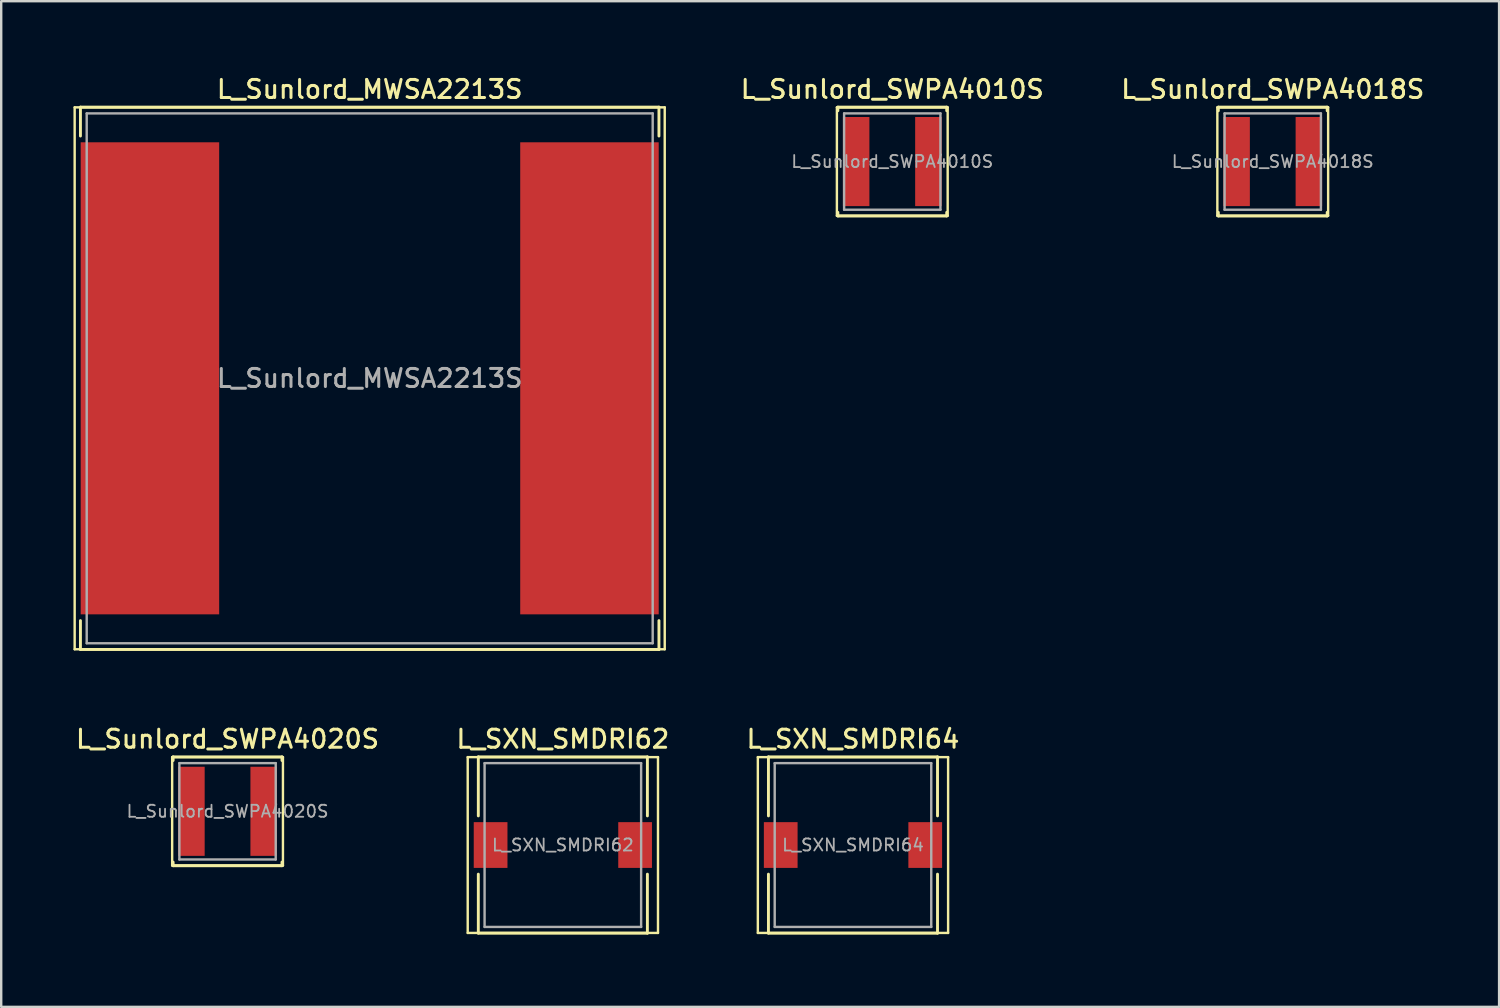
<source format=kicad_pcb>
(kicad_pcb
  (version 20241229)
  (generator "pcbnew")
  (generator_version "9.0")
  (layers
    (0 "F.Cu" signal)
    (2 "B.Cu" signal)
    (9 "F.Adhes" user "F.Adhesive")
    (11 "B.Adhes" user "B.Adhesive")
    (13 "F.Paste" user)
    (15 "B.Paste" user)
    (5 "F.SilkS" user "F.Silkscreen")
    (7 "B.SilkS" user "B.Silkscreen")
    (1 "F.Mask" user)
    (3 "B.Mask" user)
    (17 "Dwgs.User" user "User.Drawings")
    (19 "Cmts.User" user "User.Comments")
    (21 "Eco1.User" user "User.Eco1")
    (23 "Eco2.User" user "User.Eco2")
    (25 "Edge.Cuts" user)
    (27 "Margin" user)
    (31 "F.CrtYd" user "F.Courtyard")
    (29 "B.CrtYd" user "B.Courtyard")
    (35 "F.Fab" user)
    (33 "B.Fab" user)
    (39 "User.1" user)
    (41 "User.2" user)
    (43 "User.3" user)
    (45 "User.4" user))
  (footprint "L_Sunlord_MWSA2213S"
    (layer "F.Cu")
    (at 12.3 12.658)
    (property "Reference" "L_Sunlord_MWSA2213S" (at 0 -12 0) (layer "F.SilkS") (effects (font (size 0.75 0.75) (thickness 0.125))))
    (attr smd)
    (fp_line (start -12.25 -11.25) (end -12.25 11.25) (stroke (width 0.1) (type solid)) (layer "F.SilkS"))
    (fp_line (start -12.25 11.25) (end 12.25 11.25) (stroke (width 0.1) (type solid)) (layer "F.SilkS"))
    (fp_line (start -12.01 -11.26) (end -12.01 -10.06) (stroke (width 0.12) (type solid)) (layer "F.SilkS"))
    (fp_line (start -12.01 -11.26) (end 12.01 -11.26) (stroke (width 0.12) (type solid)) (layer "F.SilkS"))
    (fp_line (start -12.01 11.26) (end -12.01 10.06) (stroke (width 0.12) (type solid)) (layer "F.SilkS"))
    (fp_line (start -12.01 11.26) (end 12.01 11.26) (stroke (width 0.12) (type solid)) (layer "F.SilkS"))
    (fp_line (start 12.01 -11.26) (end 12.01 -10.06) (stroke (width 0.12) (type solid)) (layer "F.SilkS"))
    (fp_line (start 12.01 11.26) (end 12.01 10.06) (stroke (width 0.12) (type solid)) (layer "F.SilkS"))
    (fp_line (start 12.25 -11.25) (end -12.25 -11.25) (stroke (width 0.1) (type solid)) (layer "F.SilkS"))
    (fp_line (start 12.25 11.25) (end 12.25 -11.25) (stroke (width 0.1) (type solid)) (layer "F.SilkS"))
    (fp_line (start -11.75 -11) (end -11.75 11) (stroke (width 0.1) (type solid)) (layer "F.Fab"))
    (fp_line (start -11.75 11) (end 11.75 11) (stroke (width 0.1) (type solid)) (layer "F.Fab"))
    (fp_line (start 11.75 -11) (end -11.75 -11) (stroke (width 0.1) (type solid)) (layer "F.Fab"))
    (fp_line (start 11.75 11) (end 11.75 -11) (stroke (width 0.1) (type solid)) (layer "F.Fab"))
    (fp_text user "${REFERENCE}" (at 0 0 0) (layer "F.Fab") (effects (font (size 0.75 0.75) (thickness 0.125))))
    (pad "1" smd rect (at -9.125 0) (size 5.75 19.6) (layers "F.Cu" "F.Mask" "F.Paste"))
    (pad "2" smd rect (at 9.125 0) (size 5.75 19.6) (layers "F.Cu" "F.Mask" "F.Paste")))
  (footprint "L_SXN_SMDRI64"
    (layer "F.Cu")
    (at 32.366 32.036)
    (property "Reference" "L_SXN_SMDRI64" (at 0 -4.4 0) (layer "F.SilkS") (effects (font (size 0.75 0.75) (thickness 0.125))))
    (attr smd)
    (fp_line (start -3.95 -3.65) (end -3.95 3.65) (stroke (width 0.1) (type solid)) (layer "F.SilkS"))
    (fp_line (start -3.95 3.65) (end 3.95 3.65) (stroke (width 0.1) (type solid)) (layer "F.SilkS"))
    (fp_line (start -3.51 -3.66) (end -3.51 -1.21) (stroke (width 0.12) (type solid)) (layer "F.SilkS"))
    (fp_line (start -3.51 -3.66) (end 3.51 -3.66) (stroke (width 0.12) (type solid)) (layer "F.SilkS"))
    (fp_line (start -3.51 3.66) (end -3.51 1.21) (stroke (width 0.12) (type solid)) (layer "F.SilkS"))
    (fp_line (start -3.51 3.66) (end 3.51 3.66) (stroke (width 0.12) (type solid)) (layer "F.SilkS"))
    (fp_line (start 3.51 -3.66) (end 3.51 -1.21) (stroke (width 0.12) (type solid)) (layer "F.SilkS"))
    (fp_line (start 3.51 3.66) (end 3.51 1.21) (stroke (width 0.12) (type solid)) (layer "F.SilkS"))
    (fp_line (start 3.95 -3.65) (end -3.95 -3.65) (stroke (width 0.1) (type solid)) (layer "F.SilkS"))
    (fp_line (start 3.95 3.65) (end 3.95 -3.65) (stroke (width 0.1) (type solid)) (layer "F.SilkS"))
    (fp_line (start -3.25 -3.4) (end -3.25 3.4) (stroke (width 0.1) (type solid)) (layer "F.Fab"))
    (fp_line (start -3.25 3.4) (end 3.25 3.4) (stroke (width 0.1) (type solid)) (layer "F.Fab"))
    (fp_line (start 3.25 -3.4) (end -3.25 -3.4) (stroke (width 0.1) (type solid)) (layer "F.Fab"))
    (fp_line (start 3.25 3.4) (end 3.25 -3.4) (stroke (width 0.1) (type solid)) (layer "F.Fab"))
    (fp_text user "${REFERENCE}" (at 0 0 0) (layer "F.Fab") (effects (font (size 0.5 0.5) (thickness 0.075))))
    (pad "1" smd rect (at -3 0) (size 1.4 1.9) (layers "F.Cu" "F.Mask" "F.Paste"))
    (pad "2" smd rect (at 3 0) (size 1.4 1.9) (layers "F.Cu" "F.Mask" "F.Paste")))
  (footprint "L_SXN_SMDRI62"
    (layer "F.Cu")
    (at 20.32 32.036)
    (property "Reference" "L_SXN_SMDRI62" (at 0 -4.4 0) (layer "F.SilkS") (effects (font (size 0.75 0.75) (thickness 0.125))))
    (attr smd)
    (fp_line (start -3.95 -3.65) (end -3.95 3.65) (stroke (width 0.1) (type solid)) (layer "F.SilkS"))
    (fp_line (start -3.95 3.65) (end 3.95 3.65) (stroke (width 0.1) (type solid)) (layer "F.SilkS"))
    (fp_line (start -3.51 -3.66) (end -3.51 -1.21) (stroke (width 0.12) (type solid)) (layer "F.SilkS"))
    (fp_line (start -3.51 -3.66) (end 3.51 -3.66) (stroke (width 0.12) (type solid)) (layer "F.SilkS"))
    (fp_line (start -3.51 3.66) (end -3.51 1.21) (stroke (width 0.12) (type solid)) (layer "F.SilkS"))
    (fp_line (start -3.51 3.66) (end 3.51 3.66) (stroke (width 0.12) (type solid)) (layer "F.SilkS"))
    (fp_line (start 3.51 -3.66) (end 3.51 -1.21) (stroke (width 0.12) (type solid)) (layer "F.SilkS"))
    (fp_line (start 3.51 3.66) (end 3.51 1.21) (stroke (width 0.12) (type solid)) (layer "F.SilkS"))
    (fp_line (start 3.95 -3.65) (end -3.95 -3.65) (stroke (width 0.1) (type solid)) (layer "F.SilkS"))
    (fp_line (start 3.95 3.65) (end 3.95 -3.65) (stroke (width 0.1) (type solid)) (layer "F.SilkS"))
    (fp_line (start -3.25 -3.4) (end -3.25 3.4) (stroke (width 0.1) (type solid)) (layer "F.Fab"))
    (fp_line (start -3.25 3.4) (end 3.25 3.4) (stroke (width 0.1) (type solid)) (layer "F.Fab"))
    (fp_line (start 3.25 -3.4) (end -3.25 -3.4) (stroke (width 0.1) (type solid)) (layer "F.Fab"))
    (fp_line (start 3.25 3.4) (end 3.25 -3.4) (stroke (width 0.1) (type solid)) (layer "F.Fab"))
    (fp_text user "${REFERENCE}" (at 0 0 0) (layer "F.Fab") (effects (font (size 0.5 0.5) (thickness 0.075))))
    (pad "1" smd rect (at -3 0) (size 1.4 1.9) (layers "F.Cu" "F.Mask" "F.Paste"))
    (pad "2" smd rect (at 3 0) (size 1.4 1.9) (layers "F.Cu" "F.Mask" "F.Paste")))
  (footprint "L_Sunlord_SWPA4020S"
    (layer "F.Cu")
    (at 6.398 30.636)
    (property "Reference" "L_Sunlord_SWPA4020S" (at 0 -3 0) (layer "F.SilkS") (effects (font (size 0.75 0.75) (thickness 0.125))))
    (attr smd)
    (fp_line (start -2.3 -2.25) (end -2.3 2.25) (stroke (width 0.1) (type solid)) (layer "F.SilkS"))
    (fp_line (start -2.3 2.25) (end 2.3 2.25) (stroke (width 0.1) (type solid)) (layer "F.SilkS"))
    (fp_line (start -2.26 -2.26) (end -2.26 -2.11) (stroke (width 0.12) (type solid)) (layer "F.SilkS"))
    (fp_line (start -2.26 -2.26) (end 2.26 -2.26) (stroke (width 0.12) (type solid)) (layer "F.SilkS"))
    (fp_line (start -2.26 2.26) (end -2.26 2.11) (stroke (width 0.12) (type solid)) (layer "F.SilkS"))
    (fp_line (start -2.26 2.26) (end 2.26 2.26) (stroke (width 0.12) (type solid)) (layer "F.SilkS"))
    (fp_line (start 2.26 -2.26) (end 2.26 -2.11) (stroke (width 0.12) (type solid)) (layer "F.SilkS"))
    (fp_line (start 2.26 2.26) (end 2.26 2.11) (stroke (width 0.12) (type solid)) (layer "F.SilkS"))
    (fp_line (start 2.3 -2.25) (end -2.3 -2.25) (stroke (width 0.1) (type solid)) (layer "F.SilkS"))
    (fp_line (start 2.3 2.25) (end 2.3 -2.25) (stroke (width 0.1) (type solid)) (layer "F.SilkS"))
    (fp_line (start -2 -2) (end -2 2) (stroke (width 0.1) (type solid)) (layer "F.Fab"))
    (fp_line (start -2 2) (end 2 2) (stroke (width 0.1) (type solid)) (layer "F.Fab"))
    (fp_line (start 2 -2) (end -2 -2) (stroke (width 0.1) (type solid)) (layer "F.Fab"))
    (fp_line (start 2 2) (end 2 -2) (stroke (width 0.1) (type solid)) (layer "F.Fab"))
    (fp_text user "${REFERENCE}" (at 0 0 0) (layer "F.Fab") (effects (font (size 0.5 0.5) (thickness 0.075))))
    (pad "1" smd rect (at -1.5 0) (size 1.1 3.7) (layers "F.Cu" "F.Mask" "F.Paste"))
    (pad "2" smd rect (at 1.5 0) (size 1.1 3.7) (layers "F.Cu" "F.Mask" "F.Paste")))
  (footprint "L_Sunlord_SWPA4018S"
    (layer "F.Cu")
    (at 49.795 3.658)
    (property "Reference" "L_Sunlord_SWPA4018S" (at 0 -3 0) (layer "F.SilkS") (effects (font (size 0.75 0.75) (thickness 0.125))))
    (attr smd)
    (fp_line (start -2.3 -2.25) (end -2.3 2.25) (stroke (width 0.1) (type solid)) (layer "F.SilkS"))
    (fp_line (start -2.3 2.25) (end 2.3 2.25) (stroke (width 0.1) (type solid)) (layer "F.SilkS"))
    (fp_line (start -2.26 -2.26) (end -2.26 -2.11) (stroke (width 0.12) (type solid)) (layer "F.SilkS"))
    (fp_line (start -2.26 -2.26) (end 2.26 -2.26) (stroke (width 0.12) (type solid)) (layer "F.SilkS"))
    (fp_line (start -2.26 2.26) (end -2.26 2.11) (stroke (width 0.12) (type solid)) (layer "F.SilkS"))
    (fp_line (start -2.26 2.26) (end 2.26 2.26) (stroke (width 0.12) (type solid)) (layer "F.SilkS"))
    (fp_line (start 2.26 -2.26) (end 2.26 -2.11) (stroke (width 0.12) (type solid)) (layer "F.SilkS"))
    (fp_line (start 2.26 2.26) (end 2.26 2.11) (stroke (width 0.12) (type solid)) (layer "F.SilkS"))
    (fp_line (start 2.3 -2.25) (end -2.3 -2.25) (stroke (width 0.1) (type solid)) (layer "F.SilkS"))
    (fp_line (start 2.3 2.25) (end 2.3 -2.25) (stroke (width 0.1) (type solid)) (layer "F.SilkS"))
    (fp_line (start -2 -2) (end -2 2) (stroke (width 0.1) (type solid)) (layer "F.Fab"))
    (fp_line (start -2 2) (end 2 2) (stroke (width 0.1) (type solid)) (layer "F.Fab"))
    (fp_line (start 2 -2) (end -2 -2) (stroke (width 0.1) (type solid)) (layer "F.Fab"))
    (fp_line (start 2 2) (end 2 -2) (stroke (width 0.1) (type solid)) (layer "F.Fab"))
    (fp_text user "${REFERENCE}" (at 0 0 0) (layer "F.Fab") (effects (font (size 0.5 0.5) (thickness 0.075))))
    (pad "1" smd rect (at -1.5 0) (size 1.1 3.7) (layers "F.Cu" "F.Mask" "F.Paste"))
    (pad "2" smd rect (at 1.5 0) (size 1.1 3.7) (layers "F.Cu" "F.Mask" "F.Paste")))
  (footprint "L_Sunlord_SWPA4010S"
    (layer "F.Cu")
    (at 33.998 3.658)
    (property "Reference" "L_Sunlord_SWPA4010S" (at 0 -3 0) (layer "F.SilkS") (effects (font (size 0.75 0.75) (thickness 0.125))))
    (attr smd)
    (fp_line (start -2.3 -2.25) (end -2.3 2.25) (stroke (width 0.1) (type solid)) (layer "F.SilkS"))
    (fp_line (start -2.3 2.25) (end 2.3 2.25) (stroke (width 0.1) (type solid)) (layer "F.SilkS"))
    (fp_line (start -2.26 -2.26) (end -2.26 -2.11) (stroke (width 0.12) (type solid)) (layer "F.SilkS"))
    (fp_line (start -2.26 -2.26) (end 2.26 -2.26) (stroke (width 0.12) (type solid)) (layer "F.SilkS"))
    (fp_line (start -2.26 2.26) (end -2.26 2.11) (stroke (width 0.12) (type solid)) (layer "F.SilkS"))
    (fp_line (start -2.26 2.26) (end 2.26 2.26) (stroke (width 0.12) (type solid)) (layer "F.SilkS"))
    (fp_line (start 2.26 -2.26) (end 2.26 -2.11) (stroke (width 0.12) (type solid)) (layer "F.SilkS"))
    (fp_line (start 2.26 2.26) (end 2.26 2.11) (stroke (width 0.12) (type solid)) (layer "F.SilkS"))
    (fp_line (start 2.3 -2.25) (end -2.3 -2.25) (stroke (width 0.1) (type solid)) (layer "F.SilkS"))
    (fp_line (start 2.3 2.25) (end 2.3 -2.25) (stroke (width 0.1) (type solid)) (layer "F.SilkS"))
    (fp_line (start -2 -2) (end -2 2) (stroke (width 0.1) (type solid)) (layer "F.Fab"))
    (fp_line (start -2 2) (end 2 2) (stroke (width 0.1) (type solid)) (layer "F.Fab"))
    (fp_line (start 2 -2) (end -2 -2) (stroke (width 0.1) (type solid)) (layer "F.Fab"))
    (fp_line (start 2 2) (end 2 -2) (stroke (width 0.1) (type solid)) (layer "F.Fab"))
    (fp_text user "${REFERENCE}" (at 0 0 0) (layer "F.Fab") (effects (font (size 0.5 0.5) (thickness 0.075))))
    (pad "1" smd rect (at -1.5 0) (size 1.1 3.7) (layers "F.Cu" "F.Mask" "F.Paste"))
    (pad "2" smd rect (at 1.5 0) (size 1.1 3.7) (layers "F.Cu" "F.Mask" "F.Paste")))
  (gr_rect
    (start -3 -3)
    (end 59.193 38.756)
    (stroke (width 0.1) (type default))
    (fill no)
    (layer "Edge.Cuts")))
</source>
